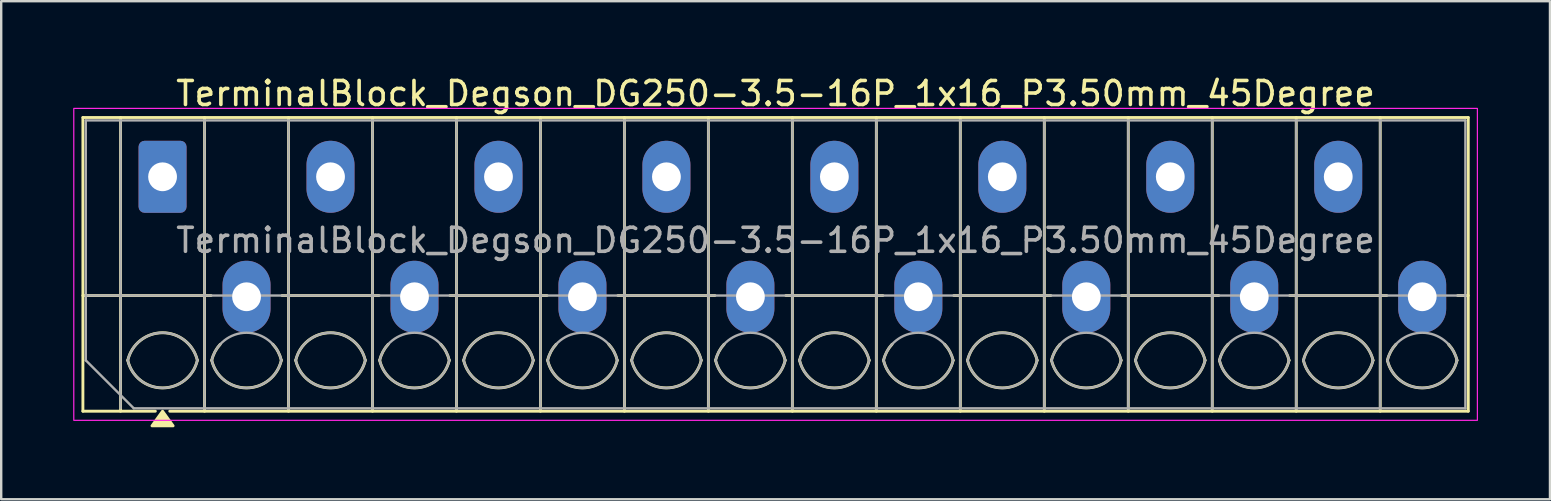
<source format=kicad_pcb>
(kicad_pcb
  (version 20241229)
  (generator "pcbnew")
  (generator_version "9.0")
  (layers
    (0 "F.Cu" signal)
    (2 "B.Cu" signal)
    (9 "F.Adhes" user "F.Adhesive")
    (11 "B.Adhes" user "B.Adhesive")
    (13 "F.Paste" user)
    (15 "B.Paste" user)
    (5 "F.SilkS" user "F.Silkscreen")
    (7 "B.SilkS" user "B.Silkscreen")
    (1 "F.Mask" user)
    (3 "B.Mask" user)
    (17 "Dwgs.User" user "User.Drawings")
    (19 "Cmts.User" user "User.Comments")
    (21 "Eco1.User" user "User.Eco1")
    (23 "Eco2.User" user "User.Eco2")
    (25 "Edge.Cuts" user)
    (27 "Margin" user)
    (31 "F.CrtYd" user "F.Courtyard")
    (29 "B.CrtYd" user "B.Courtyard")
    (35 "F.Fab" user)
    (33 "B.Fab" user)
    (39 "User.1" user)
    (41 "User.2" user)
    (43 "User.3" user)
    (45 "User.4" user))
  (footprint "TerminalBlock_Degson_DG250-3.5-16P_1x16_P3.50mm_45Degree"
    (layer "F.Cu")
    (at 3.725 4.318)
    (property "Reference" "TerminalBlock_Degson_DG250-3.5-16P_1x16_P3.50mm_45Degree" (at 25.55 -3.47 0) (layer "F.SilkS") (effects (font (size 1 1) (thickness 0.15))))
    (attr through_hole)
    (fp_line (start -3.32 -2.47) (end 54.42 -2.47) (stroke (width 0.12) (type solid)) (layer "F.SilkS"))
    (fp_line (start -3.32 4.95) (end 2.02 4.95) (stroke (width 0.12) (type solid)) (layer "F.SilkS"))
    (fp_line (start -3.32 9.77) (end -3.32 -2.47) (stroke (width 0.12) (type solid)) (layer "F.SilkS"))
    (fp_line (start -1.75 -2.47) (end -1.75 9.77) (stroke (width 0.12) (type solid)) (layer "F.SilkS"))
    (fp_line (start -0.3 9.77) (end -3.32 9.77) (stroke (width 0.12) (type solid)) (layer "F.SilkS"))
    (fp_line (start 1.75 -2.47) (end 1.75 9.77) (stroke (width 0.12) (type solid)) (layer "F.SilkS"))
    (fp_line (start 4.98 4.95) (end 9.02 4.95) (stroke (width 0.12) (type solid)) (layer "F.SilkS"))
    (fp_line (start 5.25 -2.47) (end 5.25 9.77) (stroke (width 0.12) (type solid)) (layer "F.SilkS"))
    (fp_line (start 8.75 -2.47) (end 8.75 9.77) (stroke (width 0.12) (type solid)) (layer "F.SilkS"))
    (fp_line (start 11.98 4.95) (end 16.02 4.95) (stroke (width 0.12) (type solid)) (layer "F.SilkS"))
    (fp_line (start 12.25 -2.47) (end 12.25 9.77) (stroke (width 0.12) (type solid)) (layer "F.SilkS"))
    (fp_line (start 15.75 -2.47) (end 15.75 9.77) (stroke (width 0.12) (type solid)) (layer "F.SilkS"))
    (fp_line (start 18.98 4.95) (end 23.02 4.95) (stroke (width 0.12) (type solid)) (layer "F.SilkS"))
    (fp_line (start 19.25 -2.47) (end 19.25 9.77) (stroke (width 0.12) (type solid)) (layer "F.SilkS"))
    (fp_line (start 22.75 -2.47) (end 22.75 9.77) (stroke (width 0.12) (type solid)) (layer "F.SilkS"))
    (fp_line (start 25.98 4.95) (end 30.02 4.95) (stroke (width 0.12) (type solid)) (layer "F.SilkS"))
    (fp_line (start 26.25 -2.47) (end 26.25 9.77) (stroke (width 0.12) (type solid)) (layer "F.SilkS"))
    (fp_line (start 29.75 -2.47) (end 29.75 9.77) (stroke (width 0.12) (type solid)) (layer "F.SilkS"))
    (fp_line (start 32.98 4.95) (end 37.02 4.95) (stroke (width 0.12) (type solid)) (layer "F.SilkS"))
    (fp_line (start 33.25 -2.47) (end 33.25 9.77) (stroke (width 0.12) (type solid)) (layer "F.SilkS"))
    (fp_line (start 36.75 -2.47) (end 36.75 9.77) (stroke (width 0.12) (type solid)) (layer "F.SilkS"))
    (fp_line (start 39.98 4.95) (end 44.02 4.95) (stroke (width 0.12) (type solid)) (layer "F.SilkS"))
    (fp_line (start 40.25 -2.47) (end 40.25 9.77) (stroke (width 0.12) (type solid)) (layer "F.SilkS"))
    (fp_line (start 43.75 -2.47) (end 43.75 9.77) (stroke (width 0.12) (type solid)) (layer "F.SilkS"))
    (fp_line (start 46.98 4.95) (end 51.02 4.95) (stroke (width 0.12) (type solid)) (layer "F.SilkS"))
    (fp_line (start 47.25 -2.47) (end 47.25 9.77) (stroke (width 0.12) (type solid)) (layer "F.SilkS"))
    (fp_line (start 50.75 -2.47) (end 50.75 9.77) (stroke (width 0.12) (type solid)) (layer "F.SilkS"))
    (fp_line (start 53.98 4.95) (end 54.42 4.95) (stroke (width 0.12) (type solid)) (layer "F.SilkS"))
    (fp_line (start 54.42 -2.47) (end 54.42 9.77) (stroke (width 0.12) (type solid)) (layer "F.SilkS"))
    (fp_line (start 54.42 9.77) (end 0.3 9.77) (stroke (width 0.12) (type solid)) (layer "F.SilkS"))
    (fp_arc (start -1.45 7.65) (mid 0 6.5) (end 1.45 7.65) (stroke (width 0.12) (type solid)) (layer "F.SilkS"))
    (fp_arc (start 1.45 7.65) (mid 0 8.8) (end -1.45 7.65) (stroke (width 0.12) (type solid)) (layer "F.SilkS"))
    (fp_arc (start 2.05 7.65) (mid 2.18402 7.291962) (end 2.405 6.98) (stroke (width 0.12) (type solid)) (layer "F.SilkS"))
    (fp_arc (start 4.595 6.98) (mid 4.81598 7.291962) (end 4.95 7.65) (stroke (width 0.12) (type solid)) (layer "F.SilkS"))
    (fp_arc (start 4.95 7.65) (mid 3.5 8.8) (end 2.05 7.65) (stroke (width 0.12) (type solid)) (layer "F.SilkS"))
    (fp_arc (start 5.55 7.65) (mid 7 6.5) (end 8.45 7.65) (stroke (width 0.12) (type solid)) (layer "F.SilkS"))
    (fp_arc (start 8.45 7.65) (mid 7 8.8) (end 5.55 7.65) (stroke (width 0.12) (type solid)) (layer "F.SilkS"))
    (fp_arc (start 9.05 7.65) (mid 9.18402 7.291962) (end 9.405 6.98) (stroke (width 0.12) (type solid)) (layer "F.SilkS"))
    (fp_arc (start 11.595 6.98) (mid 11.81598 7.291962) (end 11.95 7.65) (stroke (width 0.12) (type solid)) (layer "F.SilkS"))
    (fp_arc (start 11.95 7.65) (mid 10.5 8.8) (end 9.05 7.65) (stroke (width 0.12) (type solid)) (layer "F.SilkS"))
    (fp_arc (start 12.55 7.65) (mid 14 6.5) (end 15.45 7.65) (stroke (width 0.12) (type solid)) (layer "F.SilkS"))
    (fp_arc (start 15.45 7.65) (mid 14 8.8) (end 12.55 7.65) (stroke (width 0.12) (type solid)) (layer "F.SilkS"))
    (fp_arc (start 16.05 7.65) (mid 16.18402 7.291962) (end 16.405 6.98) (stroke (width 0.12) (type solid)) (layer "F.SilkS"))
    (fp_arc (start 18.595 6.98) (mid 18.81598 7.291962) (end 18.95 7.65) (stroke (width 0.12) (type solid)) (layer "F.SilkS"))
    (fp_arc (start 18.95 7.65) (mid 17.5 8.8) (end 16.05 7.65) (stroke (width 0.12) (type solid)) (layer "F.SilkS"))
    (fp_arc (start 19.55 7.65) (mid 21 6.5) (end 22.45 7.65) (stroke (width 0.12) (type solid)) (layer "F.SilkS"))
    (fp_arc (start 22.45 7.65) (mid 21 8.8) (end 19.55 7.65) (stroke (width 0.12) (type solid)) (layer "F.SilkS"))
    (fp_arc (start 23.05 7.65) (mid 23.18402 7.291962) (end 23.405 6.98) (stroke (width 0.12) (type solid)) (layer "F.SilkS"))
    (fp_arc (start 25.595 6.98) (mid 25.81598 7.291962) (end 25.95 7.65) (stroke (width 0.12) (type solid)) (layer "F.SilkS"))
    (fp_arc (start 25.95 7.65) (mid 24.5 8.8) (end 23.05 7.65) (stroke (width 0.12) (type solid)) (layer "F.SilkS"))
    (fp_arc (start 26.55 7.65) (mid 28 6.5) (end 29.45 7.65) (stroke (width 0.12) (type solid)) (layer "F.SilkS"))
    (fp_arc (start 29.45 7.65) (mid 28 8.8) (end 26.55 7.65) (stroke (width 0.12) (type solid)) (layer "F.SilkS"))
    (fp_arc (start 30.05 7.65) (mid 30.18402 7.291962) (end 30.405 6.98) (stroke (width 0.12) (type solid)) (layer "F.SilkS"))
    (fp_arc (start 32.595 6.98) (mid 32.81598 7.291962) (end 32.95 7.65) (stroke (width 0.12) (type solid)) (layer "F.SilkS"))
    (fp_arc (start 32.95 7.65) (mid 31.5 8.8) (end 30.05 7.65) (stroke (width 0.12) (type solid)) (layer "F.SilkS"))
    (fp_arc (start 33.55 7.65) (mid 35 6.5) (end 36.45 7.65) (stroke (width 0.12) (type solid)) (layer "F.SilkS"))
    (fp_arc (start 36.45 7.65) (mid 35 8.8) (end 33.55 7.65) (stroke (width 0.12) (type solid)) (layer "F.SilkS"))
    (fp_arc (start 37.05 7.65) (mid 37.18402 7.291962) (end 37.405 6.98) (stroke (width 0.12) (type solid)) (layer "F.SilkS"))
    (fp_arc (start 39.595 6.98) (mid 39.81598 7.291962) (end 39.95 7.65) (stroke (width 0.12) (type solid)) (layer "F.SilkS"))
    (fp_arc (start 39.95 7.65) (mid 38.5 8.8) (end 37.05 7.65) (stroke (width 0.12) (type solid)) (layer "F.SilkS"))
    (fp_arc (start 40.55 7.65) (mid 42 6.5) (end 43.45 7.65) (stroke (width 0.12) (type solid)) (layer "F.SilkS"))
    (fp_arc (start 43.45 7.65) (mid 42 8.8) (end 40.55 7.65) (stroke (width 0.12) (type solid)) (layer "F.SilkS"))
    (fp_arc (start 44.05 7.65) (mid 44.18402 7.291962) (end 44.405 6.98) (stroke (width 0.12) (type solid)) (layer "F.SilkS"))
    (fp_arc (start 46.595 6.98) (mid 46.81598 7.291962) (end 46.95 7.65) (stroke (width 0.12) (type solid)) (layer "F.SilkS"))
    (fp_arc (start 46.95 7.65) (mid 45.5 8.8) (end 44.05 7.65) (stroke (width 0.12) (type solid)) (layer "F.SilkS"))
    (fp_arc (start 47.55 7.65) (mid 49 6.5) (end 50.45 7.65) (stroke (width 0.12) (type solid)) (layer "F.SilkS"))
    (fp_arc (start 50.45 7.65) (mid 49 8.8) (end 47.55 7.65) (stroke (width 0.12) (type solid)) (layer "F.SilkS"))
    (fp_arc (start 51.05 7.65) (mid 51.18402 7.291962) (end 51.405 6.98) (stroke (width 0.12) (type solid)) (layer "F.SilkS"))
    (fp_arc (start 53.595 6.98) (mid 53.81598 7.291962) (end 53.95 7.65) (stroke (width 0.12) (type solid)) (layer "F.SilkS"))
    (fp_arc (start 53.95 7.65) (mid 52.5 8.8) (end 51.05 7.65) (stroke (width 0.12) (type solid)) (layer "F.SilkS"))
    (fp_poly (pts (xy 0 9.77) (xy 0.44 10.38) (xy -0.44 10.38)) (stroke (width 0.12) (type solid)) (fill yes) (layer "F.SilkS"))
    (fp_rect (start -3.7 -2.85) (end 54.8 10.15) (stroke (width 0.05) (type solid)) (fill no) (layer "F.CrtYd"))
    (fp_line (start -3.2 -2.35) (end 54.3 -2.35) (stroke (width 0.1) (type solid)) (layer "F.Fab"))
    (fp_line (start -3.2 4.95) (end 54.3 4.95) (stroke (width 0.1) (type solid)) (layer "F.Fab"))
    (fp_line (start -3.2 7.65) (end -3.2 -2.35) (stroke (width 0.1) (type solid)) (layer "F.Fab"))
    (fp_line (start -1.75 -2.35) (end -1.75 9.65) (stroke (width 0.1) (type solid)) (layer "F.Fab"))
    (fp_line (start -1.2 9.65) (end -3.2 7.65) (stroke (width 0.1) (type solid)) (layer "F.Fab"))
    (fp_line (start 1.75 -2.35) (end 1.75 9.65) (stroke (width 0.1) (type solid)) (layer "F.Fab"))
    (fp_line (start 5.25 -2.35) (end 5.25 9.65) (stroke (width 0.1) (type solid)) (layer "F.Fab"))
    (fp_line (start 8.75 -2.35) (end 8.75 9.65) (stroke (width 0.1) (type solid)) (layer "F.Fab"))
    (fp_line (start 12.25 -2.35) (end 12.25 9.65) (stroke (width 0.1) (type solid)) (layer "F.Fab"))
    (fp_line (start 15.75 -2.35) (end 15.75 9.65) (stroke (width 0.1) (type solid)) (layer "F.Fab"))
    (fp_line (start 19.25 -2.35) (end 19.25 9.65) (stroke (width 0.1) (type solid)) (layer "F.Fab"))
    (fp_line (start 22.75 -2.35) (end 22.75 9.65) (stroke (width 0.1) (type solid)) (layer "F.Fab"))
    (fp_line (start 26.25 -2.35) (end 26.25 9.65) (stroke (width 0.1) (type solid)) (layer "F.Fab"))
    (fp_line (start 29.75 -2.35) (end 29.75 9.65) (stroke (width 0.1) (type solid)) (layer "F.Fab"))
    (fp_line (start 33.25 -2.35) (end 33.25 9.65) (stroke (width 0.1) (type solid)) (layer "F.Fab"))
    (fp_line (start 36.75 -2.35) (end 36.75 9.65) (stroke (width 0.1) (type solid)) (layer "F.Fab"))
    (fp_line (start 40.25 -2.35) (end 40.25 9.65) (stroke (width 0.1) (type solid)) (layer "F.Fab"))
    (fp_line (start 43.75 -2.35) (end 43.75 9.65) (stroke (width 0.1) (type solid)) (layer "F.Fab"))
    (fp_line (start 47.25 -2.35) (end 47.25 9.65) (stroke (width 0.1) (type solid)) (layer "F.Fab"))
    (fp_line (start 50.75 -2.35) (end 50.75 9.65) (stroke (width 0.1) (type solid)) (layer "F.Fab"))
    (fp_line (start 54.3 -2.35) (end 54.3 9.65) (stroke (width 0.1) (type solid)) (layer "F.Fab"))
    (fp_line (start 54.3 9.65) (end -1.2 9.65) (stroke (width 0.1) (type solid)) (layer "F.Fab"))
    (fp_arc (start -1.45 7.65) (mid 0 6.5) (end 1.45 7.65) (stroke (width 0.1) (type solid)) (layer "F.Fab"))
    (fp_arc (start 1.45 7.65) (mid 0 8.8) (end -1.45 7.65) (stroke (width 0.1) (type solid)) (layer "F.Fab"))
    (fp_arc (start 2.05 7.65) (mid 3.5 6.5) (end 4.95 7.65) (stroke (width 0.1) (type solid)) (layer "F.Fab"))
    (fp_arc (start 4.95 7.65) (mid 3.5 8.8) (end 2.05 7.65) (stroke (width 0.1) (type solid)) (layer "F.Fab"))
    (fp_arc (start 5.55 7.65) (mid 7 6.5) (end 8.45 7.65) (stroke (width 0.1) (type solid)) (layer "F.Fab"))
    (fp_arc (start 8.45 7.65) (mid 7 8.8) (end 5.55 7.65) (stroke (width 0.1) (type solid)) (layer "F.Fab"))
    (fp_arc (start 9.05 7.65) (mid 10.5 6.5) (end 11.95 7.65) (stroke (width 0.1) (type solid)) (layer "F.Fab"))
    (fp_arc (start 11.95 7.65) (mid 10.5 8.8) (end 9.05 7.65) (stroke (width 0.1) (type solid)) (layer "F.Fab"))
    (fp_arc (start 12.55 7.65) (mid 14 6.5) (end 15.45 7.65) (stroke (width 0.1) (type solid)) (layer "F.Fab"))
    (fp_arc (start 15.45 7.65) (mid 14 8.8) (end 12.55 7.65) (stroke (width 0.1) (type solid)) (layer "F.Fab"))
    (fp_arc (start 16.05 7.65) (mid 17.5 6.5) (end 18.95 7.65) (stroke (width 0.1) (type solid)) (layer "F.Fab"))
    (fp_arc (start 18.95 7.65) (mid 17.5 8.8) (end 16.05 7.65) (stroke (width 0.1) (type solid)) (layer "F.Fab"))
    (fp_arc (start 19.55 7.65) (mid 21 6.5) (end 22.45 7.65) (stroke (width 0.1) (type solid)) (layer "F.Fab"))
    (fp_arc (start 22.45 7.65) (mid 21 8.8) (end 19.55 7.65) (stroke (width 0.1) (type solid)) (layer "F.Fab"))
    (fp_arc (start 23.05 7.65) (mid 24.5 6.5) (end 25.95 7.65) (stroke (width 0.1) (type solid)) (layer "F.Fab"))
    (fp_arc (start 25.95 7.65) (mid 24.5 8.8) (end 23.05 7.65) (stroke (width 0.1) (type solid)) (layer "F.Fab"))
    (fp_arc (start 26.55 7.65) (mid 28 6.5) (end 29.45 7.65) (stroke (width 0.1) (type solid)) (layer "F.Fab"))
    (fp_arc (start 29.45 7.65) (mid 28 8.8) (end 26.55 7.65) (stroke (width 0.1) (type solid)) (layer "F.Fab"))
    (fp_arc (start 30.05 7.65) (mid 31.5 6.5) (end 32.95 7.65) (stroke (width 0.1) (type solid)) (layer "F.Fab"))
    (fp_arc (start 32.95 7.65) (mid 31.5 8.8) (end 30.05 7.65) (stroke (width 0.1) (type solid)) (layer "F.Fab"))
    (fp_arc (start 33.55 7.65) (mid 35 6.5) (end 36.45 7.65) (stroke (width 0.1) (type solid)) (layer "F.Fab"))
    (fp_arc (start 36.45 7.65) (mid 35 8.8) (end 33.55 7.65) (stroke (width 0.1) (type solid)) (layer "F.Fab"))
    (fp_arc (start 37.05 7.65) (mid 38.5 6.5) (end 39.95 7.65) (stroke (width 0.1) (type solid)) (layer "F.Fab"))
    (fp_arc (start 39.95 7.65) (mid 38.5 8.8) (end 37.05 7.65) (stroke (width 0.1) (type solid)) (layer "F.Fab"))
    (fp_arc (start 40.55 7.65) (mid 42 6.5) (end 43.45 7.65) (stroke (width 0.1) (type solid)) (layer "F.Fab"))
    (fp_arc (start 43.45 7.65) (mid 42 8.8) (end 40.55 7.65) (stroke (width 0.1) (type solid)) (layer "F.Fab"))
    (fp_arc (start 44.05 7.65) (mid 45.5 6.5) (end 46.95 7.65) (stroke (width 0.1) (type solid)) (layer "F.Fab"))
    (fp_arc (start 46.95 7.65) (mid 45.5 8.8) (end 44.05 7.65) (stroke (width 0.1) (type solid)) (layer "F.Fab"))
    (fp_arc (start 47.55 7.65) (mid 49 6.5) (end 50.45 7.65) (stroke (width 0.1) (type solid)) (layer "F.Fab"))
    (fp_arc (start 50.45 7.65) (mid 49 8.8) (end 47.55 7.65) (stroke (width 0.1) (type solid)) (layer "F.Fab"))
    (fp_arc (start 51.05 7.65) (mid 52.5 6.5) (end 53.95 7.65) (stroke (width 0.1) (type solid)) (layer "F.Fab"))
    (fp_arc (start 53.95 7.65) (mid 52.5 8.8) (end 51.05 7.65) (stroke (width 0.1) (type solid)) (layer "F.Fab"))
    (fp_text user "${REFERENCE}" (at 25.55 2.65 0) (layer "F.Fab") (effects (font (size 1 1) (thickness 0.15))))
    (pad "1" thru_hole roundrect (at 0 0) (size 2 3) (drill 1.2) (layers "*.Cu" "*.Mask") (roundrect_rratio 0.125))
    (pad "2" thru_hole oval (at 3.5 5) (size 2 3) (drill 1.2) (layers "*.Cu" "*.Mask"))
    (pad "3" thru_hole oval (at 7 0) (size 2 3) (drill 1.2) (layers "*.Cu" "*.Mask"))
    (pad "4" thru_hole oval (at 10.5 5) (size 2 3) (drill 1.2) (layers "*.Cu" "*.Mask"))
    (pad "5" thru_hole oval (at 14 0) (size 2 3) (drill 1.2) (layers "*.Cu" "*.Mask"))
    (pad "6" thru_hole oval (at 17.5 5) (size 2 3) (drill 1.2) (layers "*.Cu" "*.Mask"))
    (pad "7" thru_hole oval (at 21 0) (size 2 3) (drill 1.2) (layers "*.Cu" "*.Mask"))
    (pad "8" thru_hole oval (at 24.5 5) (size 2 3) (drill 1.2) (layers "*.Cu" "*.Mask"))
    (pad "9" thru_hole oval (at 28 0) (size 2 3) (drill 1.2) (layers "*.Cu" "*.Mask"))
    (pad "10" thru_hole oval (at 31.5 5) (size 2 3) (drill 1.2) (layers "*.Cu" "*.Mask"))
    (pad "11" thru_hole oval (at 35 0) (size 2 3) (drill 1.2) (layers "*.Cu" "*.Mask"))
    (pad "12" thru_hole oval (at 38.5 5) (size 2 3) (drill 1.2) (layers "*.Cu" "*.Mask"))
    (pad "13" thru_hole oval (at 42 0) (size 2 3) (drill 1.2) (layers "*.Cu" "*.Mask"))
    (pad "14" thru_hole oval (at 45.5 5) (size 2 3) (drill 1.2) (layers "*.Cu" "*.Mask"))
    (pad "15" thru_hole oval (at 49 0) (size 2 3) (drill 1.2) (layers "*.Cu" "*.Mask"))
    (pad "16" thru_hole oval (at 52.5 5) (size 2 3) (drill 1.2) (layers "*.Cu" "*.Mask")))
  (gr_rect
    (start -3 -3)
    (end 61.55 17.758)
    (stroke (width 0.1) (type default))
    (fill no)
    (layer "Edge.Cuts")))
</source>
